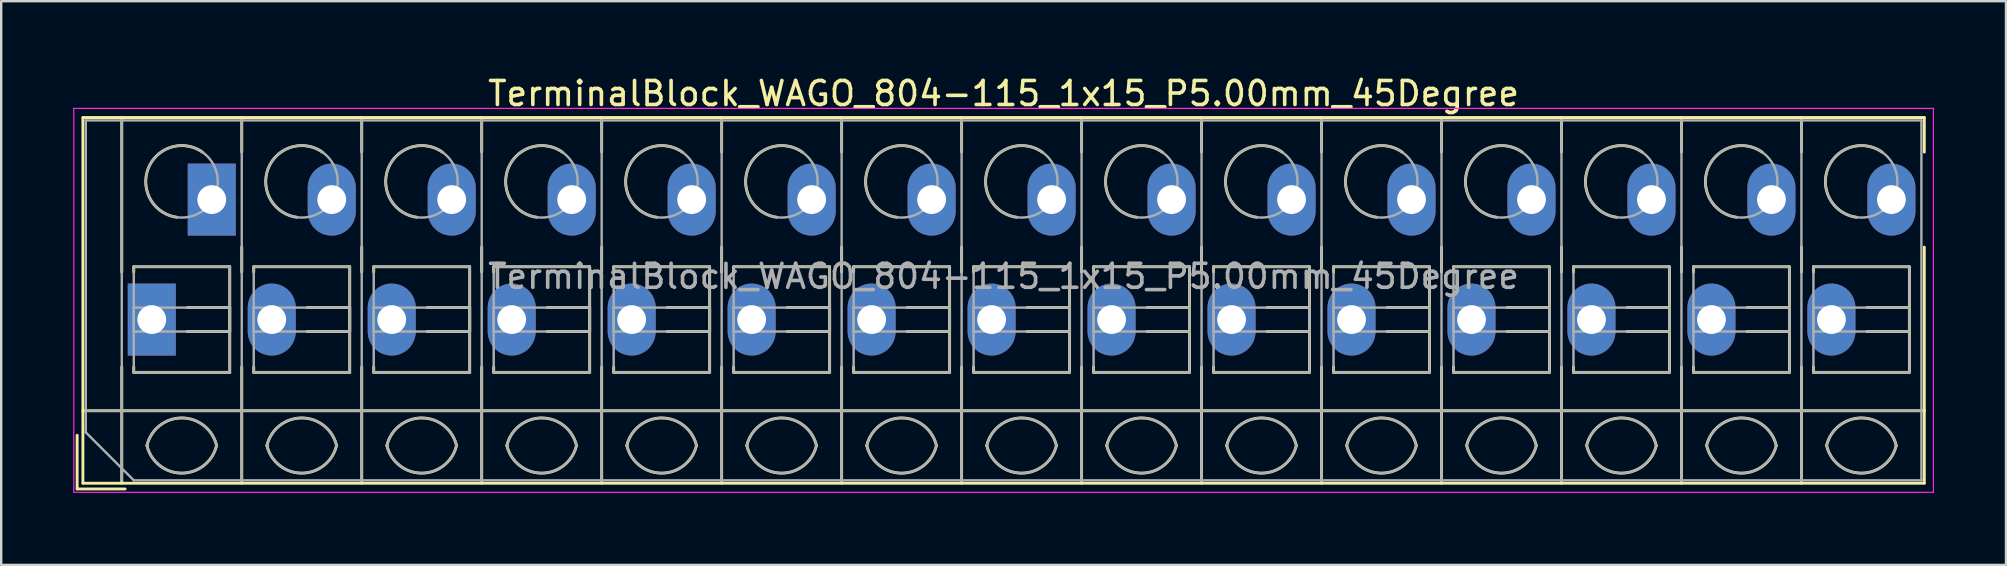
<source format=kicad_pcb>
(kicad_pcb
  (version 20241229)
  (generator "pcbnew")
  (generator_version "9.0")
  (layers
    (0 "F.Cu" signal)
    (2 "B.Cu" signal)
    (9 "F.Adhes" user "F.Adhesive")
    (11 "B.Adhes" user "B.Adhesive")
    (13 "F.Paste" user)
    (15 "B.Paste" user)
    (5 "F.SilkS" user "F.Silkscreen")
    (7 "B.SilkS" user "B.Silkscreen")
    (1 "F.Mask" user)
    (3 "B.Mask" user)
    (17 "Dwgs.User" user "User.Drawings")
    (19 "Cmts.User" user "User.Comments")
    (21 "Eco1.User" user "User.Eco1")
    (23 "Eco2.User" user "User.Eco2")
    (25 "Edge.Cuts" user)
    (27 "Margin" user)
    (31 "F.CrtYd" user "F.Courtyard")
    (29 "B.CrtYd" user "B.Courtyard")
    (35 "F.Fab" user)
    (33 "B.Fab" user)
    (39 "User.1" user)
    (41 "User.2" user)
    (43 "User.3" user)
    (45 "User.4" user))
  (footprint "TerminalBlock_WAGO_804-115_1x15_P5.00mm_45Degree"
    (layer "F.Cu")
    (at 3.275 10.268)
    (property "Reference" "TerminalBlock_WAGO_804-115_1x15_P5.00mm_45Degree" (at 35.5 -9.42 0) (layer "F.SilkS") (effects (font (size 1 1) (thickness 0.15))))
    (attr through_hole)
    (fp_line (start -3.11 4.82) (end -3.11 7.06) (stroke (width 0.12) (type solid)) (layer "F.SilkS"))
    (fp_line (start -3.11 7.06) (end -1.11 7.06) (stroke (width 0.12) (type solid)) (layer "F.SilkS"))
    (fp_line (start -2.87 -8.42) (end -2.87 6.82) (stroke (width 0.12) (type solid)) (layer "F.SilkS"))
    (fp_line (start -2.87 -8.42) (end 73.87 -8.42) (stroke (width 0.12) (type solid)) (layer "F.SilkS"))
    (fp_line (start -2.87 3.8) (end 73.87 3.8) (stroke (width 0.12) (type solid)) (layer "F.SilkS"))
    (fp_line (start -2.87 6.82) (end 73.87 6.82) (stroke (width 0.12) (type solid)) (layer "F.SilkS"))
    (fp_line (start -1.25 -8.42) (end -1.25 -1.98) (stroke (width 0.12) (type solid)) (layer "F.SilkS"))
    (fp_line (start -1.25 1.98) (end -1.25 6.82) (stroke (width 0.12) (type solid)) (layer "F.SilkS"))
    (fp_line (start -0.75 -2.2) (end -0.75 -1.98) (stroke (width 0.12) (type solid)) (layer "F.SilkS"))
    (fp_line (start -0.75 -2.2) (end 3.25 -2.2) (stroke (width 0.12) (type solid)) (layer "F.SilkS"))
    (fp_line (start -0.75 1.98) (end -0.75 2.2) (stroke (width 0.12) (type solid)) (layer "F.SilkS"))
    (fp_line (start -0.75 2.2) (end 3.25 2.2) (stroke (width 0.12) (type solid)) (layer "F.SilkS"))
    (fp_line (start 1.48 -0.5) (end 3.25 -0.5) (stroke (width 0.12) (type solid)) (layer "F.SilkS"))
    (fp_line (start 1.48 0.5) (end 3.25 0.5) (stroke (width 0.12) (type solid)) (layer "F.SilkS"))
    (fp_line (start 3.25 -2.2) (end 3.25 2.2) (stroke (width 0.12) (type solid)) (layer "F.SilkS"))
    (fp_line (start 3.25 -0.5) (end 3.25 0.5) (stroke (width 0.12) (type solid)) (layer "F.SilkS"))
    (fp_line (start 3.75 -8.42) (end 3.75 -6.98) (stroke (width 0.12) (type solid)) (layer "F.SilkS"))
    (fp_line (start 3.75 -3.02) (end 3.75 -1.98) (stroke (width 0.12) (type solid)) (layer "F.SilkS"))
    (fp_line (start 3.75 1.98) (end 3.75 6.82) (stroke (width 0.12) (type solid)) (layer "F.SilkS"))
    (fp_line (start 4.25 -2.2) (end 4.25 -1.98) (stroke (width 0.12) (type solid)) (layer "F.SilkS"))
    (fp_line (start 4.25 -2.2) (end 8.25 -2.2) (stroke (width 0.12) (type solid)) (layer "F.SilkS"))
    (fp_line (start 4.25 1.98) (end 4.25 2.2) (stroke (width 0.12) (type solid)) (layer "F.SilkS"))
    (fp_line (start 4.25 2.2) (end 8.25 2.2) (stroke (width 0.12) (type solid)) (layer "F.SilkS"))
    (fp_line (start 6.48 -0.5) (end 8.25 -0.5) (stroke (width 0.12) (type solid)) (layer "F.SilkS"))
    (fp_line (start 6.48 0.5) (end 8.25 0.5) (stroke (width 0.12) (type solid)) (layer "F.SilkS"))
    (fp_line (start 8.25 -2.2) (end 8.25 2.2) (stroke (width 0.12) (type solid)) (layer "F.SilkS"))
    (fp_line (start 8.25 -0.5) (end 8.25 0.5) (stroke (width 0.12) (type solid)) (layer "F.SilkS"))
    (fp_line (start 8.75 -8.42) (end 8.75 -6.98) (stroke (width 0.12) (type solid)) (layer "F.SilkS"))
    (fp_line (start 8.75 -3.02) (end 8.75 -1.98) (stroke (width 0.12) (type solid)) (layer "F.SilkS"))
    (fp_line (start 8.75 1.98) (end 8.75 6.82) (stroke (width 0.12) (type solid)) (layer "F.SilkS"))
    (fp_line (start 9.25 -2.2) (end 9.25 -1.98) (stroke (width 0.12) (type solid)) (layer "F.SilkS"))
    (fp_line (start 9.25 -2.2) (end 13.25 -2.2) (stroke (width 0.12) (type solid)) (layer "F.SilkS"))
    (fp_line (start 9.25 1.98) (end 9.25 2.2) (stroke (width 0.12) (type solid)) (layer "F.SilkS"))
    (fp_line (start 9.25 2.2) (end 13.25 2.2) (stroke (width 0.12) (type solid)) (layer "F.SilkS"))
    (fp_line (start 11.48 -0.5) (end 13.25 -0.5) (stroke (width 0.12) (type solid)) (layer "F.SilkS"))
    (fp_line (start 11.48 0.5) (end 13.25 0.5) (stroke (width 0.12) (type solid)) (layer "F.SilkS"))
    (fp_line (start 13.25 -2.2) (end 13.25 2.2) (stroke (width 0.12) (type solid)) (layer "F.SilkS"))
    (fp_line (start 13.25 -0.5) (end 13.25 0.5) (stroke (width 0.12) (type solid)) (layer "F.SilkS"))
    (fp_line (start 13.75 -8.42) (end 13.75 -6.98) (stroke (width 0.12) (type solid)) (layer "F.SilkS"))
    (fp_line (start 13.75 -3.02) (end 13.75 -1.98) (stroke (width 0.12) (type solid)) (layer "F.SilkS"))
    (fp_line (start 13.75 1.98) (end 13.75 6.82) (stroke (width 0.12) (type solid)) (layer "F.SilkS"))
    (fp_line (start 14.25 -2.2) (end 14.25 -1.98) (stroke (width 0.12) (type solid)) (layer "F.SilkS"))
    (fp_line (start 14.25 -2.2) (end 18.25 -2.2) (stroke (width 0.12) (type solid)) (layer "F.SilkS"))
    (fp_line (start 14.25 1.98) (end 14.25 2.2) (stroke (width 0.12) (type solid)) (layer "F.SilkS"))
    (fp_line (start 14.25 2.2) (end 18.25 2.2) (stroke (width 0.12) (type solid)) (layer "F.SilkS"))
    (fp_line (start 16.48 -0.5) (end 18.25 -0.5) (stroke (width 0.12) (type solid)) (layer "F.SilkS"))
    (fp_line (start 16.48 0.5) (end 18.25 0.5) (stroke (width 0.12) (type solid)) (layer "F.SilkS"))
    (fp_line (start 18.25 -2.2) (end 18.25 2.2) (stroke (width 0.12) (type solid)) (layer "F.SilkS"))
    (fp_line (start 18.25 -0.5) (end 18.25 0.5) (stroke (width 0.12) (type solid)) (layer "F.SilkS"))
    (fp_line (start 18.75 -8.42) (end 18.75 -6.98) (stroke (width 0.12) (type solid)) (layer "F.SilkS"))
    (fp_line (start 18.75 -3.02) (end 18.75 -1.98) (stroke (width 0.12) (type solid)) (layer "F.SilkS"))
    (fp_line (start 18.75 1.98) (end 18.75 6.82) (stroke (width 0.12) (type solid)) (layer "F.SilkS"))
    (fp_line (start 19.25 -2.2) (end 19.25 -1.98) (stroke (width 0.12) (type solid)) (layer "F.SilkS"))
    (fp_line (start 19.25 -2.2) (end 23.25 -2.2) (stroke (width 0.12) (type solid)) (layer "F.SilkS"))
    (fp_line (start 19.25 1.98) (end 19.25 2.2) (stroke (width 0.12) (type solid)) (layer "F.SilkS"))
    (fp_line (start 19.25 2.2) (end 23.25 2.2) (stroke (width 0.12) (type solid)) (layer "F.SilkS"))
    (fp_line (start 21.48 -0.5) (end 23.25 -0.5) (stroke (width 0.12) (type solid)) (layer "F.SilkS"))
    (fp_line (start 21.48 0.5) (end 23.25 0.5) (stroke (width 0.12) (type solid)) (layer "F.SilkS"))
    (fp_line (start 23.25 -2.2) (end 23.25 2.2) (stroke (width 0.12) (type solid)) (layer "F.SilkS"))
    (fp_line (start 23.25 -0.5) (end 23.25 0.5) (stroke (width 0.12) (type solid)) (layer "F.SilkS"))
    (fp_line (start 23.75 -8.42) (end 23.75 -6.98) (stroke (width 0.12) (type solid)) (layer "F.SilkS"))
    (fp_line (start 23.75 -3.02) (end 23.75 -1.98) (stroke (width 0.12) (type solid)) (layer "F.SilkS"))
    (fp_line (start 23.75 1.98) (end 23.75 6.82) (stroke (width 0.12) (type solid)) (layer "F.SilkS"))
    (fp_line (start 24.25 -2.2) (end 24.25 -1.98) (stroke (width 0.12) (type solid)) (layer "F.SilkS"))
    (fp_line (start 24.25 -2.2) (end 28.25 -2.2) (stroke (width 0.12) (type solid)) (layer "F.SilkS"))
    (fp_line (start 24.25 1.98) (end 24.25 2.2) (stroke (width 0.12) (type solid)) (layer "F.SilkS"))
    (fp_line (start 24.25 2.2) (end 28.25 2.2) (stroke (width 0.12) (type solid)) (layer "F.SilkS"))
    (fp_line (start 26.48 -0.5) (end 28.25 -0.5) (stroke (width 0.12) (type solid)) (layer "F.SilkS"))
    (fp_line (start 26.48 0.5) (end 28.25 0.5) (stroke (width 0.12) (type solid)) (layer "F.SilkS"))
    (fp_line (start 28.25 -2.2) (end 28.25 2.2) (stroke (width 0.12) (type solid)) (layer "F.SilkS"))
    (fp_line (start 28.25 -0.5) (end 28.25 0.5) (stroke (width 0.12) (type solid)) (layer "F.SilkS"))
    (fp_line (start 28.75 -8.42) (end 28.75 -6.98) (stroke (width 0.12) (type solid)) (layer "F.SilkS"))
    (fp_line (start 28.75 -3.02) (end 28.75 -1.98) (stroke (width 0.12) (type solid)) (layer "F.SilkS"))
    (fp_line (start 28.75 1.98) (end 28.75 6.82) (stroke (width 0.12) (type solid)) (layer "F.SilkS"))
    (fp_line (start 29.25 -2.2) (end 29.25 -1.98) (stroke (width 0.12) (type solid)) (layer "F.SilkS"))
    (fp_line (start 29.25 -2.2) (end 33.25 -2.2) (stroke (width 0.12) (type solid)) (layer "F.SilkS"))
    (fp_line (start 29.25 1.98) (end 29.25 2.2) (stroke (width 0.12) (type solid)) (layer "F.SilkS"))
    (fp_line (start 29.25 2.2) (end 33.25 2.2) (stroke (width 0.12) (type solid)) (layer "F.SilkS"))
    (fp_line (start 31.48 -0.5) (end 33.25 -0.5) (stroke (width 0.12) (type solid)) (layer "F.SilkS"))
    (fp_line (start 31.48 0.5) (end 33.25 0.5) (stroke (width 0.12) (type solid)) (layer "F.SilkS"))
    (fp_line (start 33.25 -2.2) (end 33.25 2.2) (stroke (width 0.12) (type solid)) (layer "F.SilkS"))
    (fp_line (start 33.25 -0.5) (end 33.25 0.5) (stroke (width 0.12) (type solid)) (layer "F.SilkS"))
    (fp_line (start 33.75 -8.42) (end 33.75 -6.98) (stroke (width 0.12) (type solid)) (layer "F.SilkS"))
    (fp_line (start 33.75 -3.02) (end 33.75 -1.98) (stroke (width 0.12) (type solid)) (layer "F.SilkS"))
    (fp_line (start 33.75 1.98) (end 33.75 6.82) (stroke (width 0.12) (type solid)) (layer "F.SilkS"))
    (fp_line (start 34.25 -2.2) (end 34.25 -1.98) (stroke (width 0.12) (type solid)) (layer "F.SilkS"))
    (fp_line (start 34.25 -2.2) (end 38.25 -2.2) (stroke (width 0.12) (type solid)) (layer "F.SilkS"))
    (fp_line (start 34.25 1.98) (end 34.25 2.2) (stroke (width 0.12) (type solid)) (layer "F.SilkS"))
    (fp_line (start 34.25 2.2) (end 38.25 2.2) (stroke (width 0.12) (type solid)) (layer "F.SilkS"))
    (fp_line (start 36.48 -0.5) (end 38.25 -0.5) (stroke (width 0.12) (type solid)) (layer "F.SilkS"))
    (fp_line (start 36.48 0.5) (end 38.25 0.5) (stroke (width 0.12) (type solid)) (layer "F.SilkS"))
    (fp_line (start 38.25 -2.2) (end 38.25 2.2) (stroke (width 0.12) (type solid)) (layer "F.SilkS"))
    (fp_line (start 38.25 -0.5) (end 38.25 0.5) (stroke (width 0.12) (type solid)) (layer "F.SilkS"))
    (fp_line (start 38.75 -8.42) (end 38.75 -6.98) (stroke (width 0.12) (type solid)) (layer "F.SilkS"))
    (fp_line (start 38.75 -3.02) (end 38.75 -1.98) (stroke (width 0.12) (type solid)) (layer "F.SilkS"))
    (fp_line (start 38.75 1.98) (end 38.75 6.82) (stroke (width 0.12) (type solid)) (layer "F.SilkS"))
    (fp_line (start 39.25 -2.2) (end 39.25 -1.98) (stroke (width 0.12) (type solid)) (layer "F.SilkS"))
    (fp_line (start 39.25 -2.2) (end 43.25 -2.2) (stroke (width 0.12) (type solid)) (layer "F.SilkS"))
    (fp_line (start 39.25 1.98) (end 39.25 2.2) (stroke (width 0.12) (type solid)) (layer "F.SilkS"))
    (fp_line (start 39.25 2.2) (end 43.25 2.2) (stroke (width 0.12) (type solid)) (layer "F.SilkS"))
    (fp_line (start 41.48 -0.5) (end 43.25 -0.5) (stroke (width 0.12) (type solid)) (layer "F.SilkS"))
    (fp_line (start 41.48 0.5) (end 43.25 0.5) (stroke (width 0.12) (type solid)) (layer "F.SilkS"))
    (fp_line (start 43.25 -2.2) (end 43.25 2.2) (stroke (width 0.12) (type solid)) (layer "F.SilkS"))
    (fp_line (start 43.25 -0.5) (end 43.25 0.5) (stroke (width 0.12) (type solid)) (layer "F.SilkS"))
    (fp_line (start 43.75 -8.42) (end 43.75 -6.98) (stroke (width 0.12) (type solid)) (layer "F.SilkS"))
    (fp_line (start 43.75 -3.02) (end 43.75 -1.98) (stroke (width 0.12) (type solid)) (layer "F.SilkS"))
    (fp_line (start 43.75 1.98) (end 43.75 6.82) (stroke (width 0.12) (type solid)) (layer "F.SilkS"))
    (fp_line (start 44.25 -2.2) (end 44.25 -1.98) (stroke (width 0.12) (type solid)) (layer "F.SilkS"))
    (fp_line (start 44.25 -2.2) (end 48.25 -2.2) (stroke (width 0.12) (type solid)) (layer "F.SilkS"))
    (fp_line (start 44.25 1.98) (end 44.25 2.2) (stroke (width 0.12) (type solid)) (layer "F.SilkS"))
    (fp_line (start 44.25 2.2) (end 48.25 2.2) (stroke (width 0.12) (type solid)) (layer "F.SilkS"))
    (fp_line (start 46.48 -0.5) (end 48.25 -0.5) (stroke (width 0.12) (type solid)) (layer "F.SilkS"))
    (fp_line (start 46.48 0.5) (end 48.25 0.5) (stroke (width 0.12) (type solid)) (layer "F.SilkS"))
    (fp_line (start 48.25 -2.2) (end 48.25 2.2) (stroke (width 0.12) (type solid)) (layer "F.SilkS"))
    (fp_line (start 48.25 -0.5) (end 48.25 0.5) (stroke (width 0.12) (type solid)) (layer "F.SilkS"))
    (fp_line (start 48.75 -8.42) (end 48.75 -6.98) (stroke (width 0.12) (type solid)) (layer "F.SilkS"))
    (fp_line (start 48.75 -3.02) (end 48.75 -1.98) (stroke (width 0.12) (type solid)) (layer "F.SilkS"))
    (fp_line (start 48.75 1.98) (end 48.75 6.82) (stroke (width 0.12) (type solid)) (layer "F.SilkS"))
    (fp_line (start 49.25 -2.2) (end 49.25 -1.98) (stroke (width 0.12) (type solid)) (layer "F.SilkS"))
    (fp_line (start 49.25 -2.2) (end 53.25 -2.2) (stroke (width 0.12) (type solid)) (layer "F.SilkS"))
    (fp_line (start 49.25 1.98) (end 49.25 2.2) (stroke (width 0.12) (type solid)) (layer "F.SilkS"))
    (fp_line (start 49.25 2.2) (end 53.25 2.2) (stroke (width 0.12) (type solid)) (layer "F.SilkS"))
    (fp_line (start 51.48 -0.5) (end 53.25 -0.5) (stroke (width 0.12) (type solid)) (layer "F.SilkS"))
    (fp_line (start 51.48 0.5) (end 53.25 0.5) (stroke (width 0.12) (type solid)) (layer "F.SilkS"))
    (fp_line (start 53.25 -2.2) (end 53.25 2.2) (stroke (width 0.12) (type solid)) (layer "F.SilkS"))
    (fp_line (start 53.25 -0.5) (end 53.25 0.5) (stroke (width 0.12) (type solid)) (layer "F.SilkS"))
    (fp_line (start 53.75 -8.42) (end 53.75 -6.98) (stroke (width 0.12) (type solid)) (layer "F.SilkS"))
    (fp_line (start 53.75 -3.02) (end 53.75 -1.98) (stroke (width 0.12) (type solid)) (layer "F.SilkS"))
    (fp_line (start 53.75 1.98) (end 53.75 6.82) (stroke (width 0.12) (type solid)) (layer "F.SilkS"))
    (fp_line (start 54.25 -2.2) (end 54.25 -1.98) (stroke (width 0.12) (type solid)) (layer "F.SilkS"))
    (fp_line (start 54.25 -2.2) (end 58.25 -2.2) (stroke (width 0.12) (type solid)) (layer "F.SilkS"))
    (fp_line (start 54.25 1.98) (end 54.25 2.2) (stroke (width 0.12) (type solid)) (layer "F.SilkS"))
    (fp_line (start 54.25 2.2) (end 58.25 2.2) (stroke (width 0.12) (type solid)) (layer "F.SilkS"))
    (fp_line (start 56.48 -0.5) (end 58.25 -0.5) (stroke (width 0.12) (type solid)) (layer "F.SilkS"))
    (fp_line (start 56.48 0.5) (end 58.25 0.5) (stroke (width 0.12) (type solid)) (layer "F.SilkS"))
    (fp_line (start 58.25 -2.2) (end 58.25 2.2) (stroke (width 0.12) (type solid)) (layer "F.SilkS"))
    (fp_line (start 58.25 -0.5) (end 58.25 0.5) (stroke (width 0.12) (type solid)) (layer "F.SilkS"))
    (fp_line (start 58.75 -8.42) (end 58.75 -6.98) (stroke (width 0.12) (type solid)) (layer "F.SilkS"))
    (fp_line (start 58.75 -3.02) (end 58.75 -1.98) (stroke (width 0.12) (type solid)) (layer "F.SilkS"))
    (fp_line (start 58.75 1.98) (end 58.75 6.82) (stroke (width 0.12) (type solid)) (layer "F.SilkS"))
    (fp_line (start 59.25 -2.2) (end 59.25 -1.98) (stroke (width 0.12) (type solid)) (layer "F.SilkS"))
    (fp_line (start 59.25 -2.2) (end 63.25 -2.2) (stroke (width 0.12) (type solid)) (layer "F.SilkS"))
    (fp_line (start 59.25 1.98) (end 59.25 2.2) (stroke (width 0.12) (type solid)) (layer "F.SilkS"))
    (fp_line (start 59.25 2.2) (end 63.25 2.2) (stroke (width 0.12) (type solid)) (layer "F.SilkS"))
    (fp_line (start 61.48 -0.5) (end 63.25 -0.5) (stroke (width 0.12) (type solid)) (layer "F.SilkS"))
    (fp_line (start 61.48 0.5) (end 63.25 0.5) (stroke (width 0.12) (type solid)) (layer "F.SilkS"))
    (fp_line (start 63.25 -2.2) (end 63.25 2.2) (stroke (width 0.12) (type solid)) (layer "F.SilkS"))
    (fp_line (start 63.25 -0.5) (end 63.25 0.5) (stroke (width 0.12) (type solid)) (layer "F.SilkS"))
    (fp_line (start 63.75 -8.42) (end 63.75 -6.98) (stroke (width 0.12) (type solid)) (layer "F.SilkS"))
    (fp_line (start 63.75 -3.02) (end 63.75 -1.98) (stroke (width 0.12) (type solid)) (layer "F.SilkS"))
    (fp_line (start 63.75 1.98) (end 63.75 6.82) (stroke (width 0.12) (type solid)) (layer "F.SilkS"))
    (fp_line (start 64.25 -2.2) (end 64.25 -1.98) (stroke (width 0.12) (type solid)) (layer "F.SilkS"))
    (fp_line (start 64.25 -2.2) (end 68.25 -2.2) (stroke (width 0.12) (type solid)) (layer "F.SilkS"))
    (fp_line (start 64.25 1.98) (end 64.25 2.2) (stroke (width 0.12) (type solid)) (layer "F.SilkS"))
    (fp_line (start 64.25 2.2) (end 68.25 2.2) (stroke (width 0.12) (type solid)) (layer "F.SilkS"))
    (fp_line (start 66.48 -0.5) (end 68.25 -0.5) (stroke (width 0.12) (type solid)) (layer "F.SilkS"))
    (fp_line (start 66.48 0.5) (end 68.25 0.5) (stroke (width 0.12) (type solid)) (layer "F.SilkS"))
    (fp_line (start 68.25 -2.2) (end 68.25 2.2) (stroke (width 0.12) (type solid)) (layer "F.SilkS"))
    (fp_line (start 68.25 -0.5) (end 68.25 0.5) (stroke (width 0.12) (type solid)) (layer "F.SilkS"))
    (fp_line (start 68.75 -8.42) (end 68.75 -6.98) (stroke (width 0.12) (type solid)) (layer "F.SilkS"))
    (fp_line (start 68.75 -3.02) (end 68.75 -1.98) (stroke (width 0.12) (type solid)) (layer "F.SilkS"))
    (fp_line (start 68.75 1.98) (end 68.75 6.82) (stroke (width 0.12) (type solid)) (layer "F.SilkS"))
    (fp_line (start 69.25 -2.2) (end 69.25 -1.98) (stroke (width 0.12) (type solid)) (layer "F.SilkS"))
    (fp_line (start 69.25 -2.2) (end 73.25 -2.2) (stroke (width 0.12) (type solid)) (layer "F.SilkS"))
    (fp_line (start 69.25 1.98) (end 69.25 2.2) (stroke (width 0.12) (type solid)) (layer "F.SilkS"))
    (fp_line (start 69.25 2.2) (end 73.25 2.2) (stroke (width 0.12) (type solid)) (layer "F.SilkS"))
    (fp_line (start 71.48 -0.5) (end 73.25 -0.5) (stroke (width 0.12) (type solid)) (layer "F.SilkS"))
    (fp_line (start 71.48 0.5) (end 73.25 0.5) (stroke (width 0.12) (type solid)) (layer "F.SilkS"))
    (fp_line (start 73.25 -2.2) (end 73.25 2.2) (stroke (width 0.12) (type solid)) (layer "F.SilkS"))
    (fp_line (start 73.25 -0.5) (end 73.25 0.5) (stroke (width 0.12) (type solid)) (layer "F.SilkS"))
    (fp_line (start 73.87 -8.42) (end 73.87 -6.98) (stroke (width 0.12) (type solid)) (layer "F.SilkS"))
    (fp_line (start 73.87 -3.02) (end 73.87 6.82) (stroke (width 0.12) (type solid)) (layer "F.SilkS"))
    (fp_arc (start -0.200865 5.250424) (mid 1.250296 4.099926) (end 2.701 5.251) (stroke (width 0.12) (type solid)) (layer "F.SilkS"))
    (fp_arc (start 1.040798 -4.264067) (mid -0.146039 -6.300306) (end 2.111 -6.979) (stroke (width 0.12) (type solid)) (layer "F.SilkS"))
    (fp_arc (start 2.7 5.25) (mid 1.250068 6.400101) (end -0.199969 5.250133) (stroke (width 0.12) (type solid)) (layer "F.SilkS"))
    (fp_arc (start 4.799135 5.250424) (mid 6.250296 4.099926) (end 7.701 5.251) (stroke (width 0.12) (type solid)) (layer "F.SilkS"))
    (fp_arc (start 6.040798 -4.264067) (mid 4.853961 -6.300306) (end 7.111 -6.979) (stroke (width 0.12) (type solid)) (layer "F.SilkS"))
    (fp_arc (start 7.7 5.25) (mid 6.250068 6.400101) (end 4.800031 5.250133) (stroke (width 0.12) (type solid)) (layer "F.SilkS"))
    (fp_arc (start 9.799135 5.250424) (mid 11.250296 4.099926) (end 12.701 5.251) (stroke (width 0.12) (type solid)) (layer "F.SilkS"))
    (fp_arc (start 11.040798 -4.264067) (mid 9.853961 -6.300306) (end 12.111 -6.979) (stroke (width 0.12) (type solid)) (layer "F.SilkS"))
    (fp_arc (start 12.7 5.25) (mid 11.250068 6.400101) (end 9.800031 5.250133) (stroke (width 0.12) (type solid)) (layer "F.SilkS"))
    (fp_arc (start 14.799135 5.250424) (mid 16.250296 4.099926) (end 17.701 5.251) (stroke (width 0.12) (type solid)) (layer "F.SilkS"))
    (fp_arc (start 16.040798 -4.264067) (mid 14.853961 -6.300306) (end 17.111 -6.979) (stroke (width 0.12) (type solid)) (layer "F.SilkS"))
    (fp_arc (start 17.7 5.25) (mid 16.250068 6.400101) (end 14.800031 5.250133) (stroke (width 0.12) (type solid)) (layer "F.SilkS"))
    (fp_arc (start 19.799135 5.250424) (mid 21.250296 4.099926) (end 22.701 5.251) (stroke (width 0.12) (type solid)) (layer "F.SilkS"))
    (fp_arc (start 21.040798 -4.264067) (mid 19.853961 -6.300306) (end 22.111 -6.979) (stroke (width 0.12) (type solid)) (layer "F.SilkS"))
    (fp_arc (start 22.7 5.25) (mid 21.250068 6.400101) (end 19.800031 5.250133) (stroke (width 0.12) (type solid)) (layer "F.SilkS"))
    (fp_arc (start 24.799135 5.250424) (mid 26.250296 4.099926) (end 27.701 5.251) (stroke (width 0.12) (type solid)) (layer "F.SilkS"))
    (fp_arc (start 26.040798 -4.264067) (mid 24.853961 -6.300306) (end 27.111 -6.979) (stroke (width 0.12) (type solid)) (layer "F.SilkS"))
    (fp_arc (start 27.7 5.25) (mid 26.250068 6.400101) (end 24.800031 5.250133) (stroke (width 0.12) (type solid)) (layer "F.SilkS"))
    (fp_arc (start 29.799135 5.250424) (mid 31.250296 4.099926) (end 32.701 5.251) (stroke (width 0.12) (type solid)) (layer "F.SilkS"))
    (fp_arc (start 31.040798 -4.264067) (mid 29.853961 -6.300306) (end 32.111 -6.979) (stroke (width 0.12) (type solid)) (layer "F.SilkS"))
    (fp_arc (start 32.701 5.25) (mid 31.250296 6.401074) (end 29.799135 5.250576) (stroke (width 0.12) (type solid)) (layer "F.SilkS"))
    (fp_arc (start 34.799135 5.250424) (mid 36.250296 4.099926) (end 37.701 5.251) (stroke (width 0.12) (type solid)) (layer "F.SilkS"))
    (fp_arc (start 36.040798 -4.264067) (mid 34.853961 -6.300306) (end 37.111 -6.979) (stroke (width 0.12) (type solid)) (layer "F.SilkS"))
    (fp_arc (start 37.7 5.25) (mid 36.250068 6.400101) (end 34.800031 5.250133) (stroke (width 0.12) (type solid)) (layer "F.SilkS"))
    (fp_arc (start 39.799135 5.250424) (mid 41.250296 4.099926) (end 42.701 5.251) (stroke (width 0.12) (type solid)) (layer "F.SilkS"))
    (fp_arc (start 41.040798 -4.264067) (mid 39.853961 -6.300306) (end 42.111 -6.979) (stroke (width 0.12) (type solid)) (layer "F.SilkS"))
    (fp_arc (start 42.7 5.25) (mid 41.250068 6.400101) (end 39.800031 5.250133) (stroke (width 0.12) (type solid)) (layer "F.SilkS"))
    (fp_arc (start 44.799135 5.250424) (mid 46.250296 4.099926) (end 47.701 5.251) (stroke (width 0.12) (type solid)) (layer "F.SilkS"))
    (fp_arc (start 46.040798 -4.264067) (mid 44.853961 -6.300306) (end 47.111 -6.979) (stroke (width 0.12) (type solid)) (layer "F.SilkS"))
    (fp_arc (start 47.7 5.25) (mid 46.250068 6.400101) (end 44.800031 5.250133) (stroke (width 0.12) (type solid)) (layer "F.SilkS"))
    (fp_arc (start 49.799135 5.250424) (mid 51.250296 4.099926) (end 52.701 5.251) (stroke (width 0.12) (type solid)) (layer "F.SilkS"))
    (fp_arc (start 51.040798 -4.264067) (mid 49.853961 -6.300306) (end 52.111 -6.979) (stroke (width 0.12) (type solid)) (layer "F.SilkS"))
    (fp_arc (start 52.7 5.25) (mid 51.250068 6.400101) (end 49.800031 5.250133) (stroke (width 0.12) (type solid)) (layer "F.SilkS"))
    (fp_arc (start 54.799135 5.250424) (mid 56.250296 4.099926) (end 57.701 5.251) (stroke (width 0.12) (type solid)) (layer "F.SilkS"))
    (fp_arc (start 56.040798 -4.264067) (mid 54.853961 -6.300306) (end 57.111 -6.979) (stroke (width 0.12) (type solid)) (layer "F.SilkS"))
    (fp_arc (start 57.7 5.25) (mid 56.250068 6.400101) (end 54.800031 5.250133) (stroke (width 0.12) (type solid)) (layer "F.SilkS"))
    (fp_arc (start 59.799135 5.250424) (mid 61.250296 4.099926) (end 62.701 5.251) (stroke (width 0.12) (type solid)) (layer "F.SilkS"))
    (fp_arc (start 61.040798 -4.264067) (mid 59.853961 -6.300306) (end 62.111 -6.979) (stroke (width 0.12) (type solid)) (layer "F.SilkS"))
    (fp_arc (start 62.7 5.25) (mid 61.250068 6.400101) (end 59.800031 5.250133) (stroke (width 0.12) (type solid)) (layer "F.SilkS"))
    (fp_arc (start 64.799135 5.250424) (mid 66.250296 4.099926) (end 67.701 5.251) (stroke (width 0.12) (type solid)) (layer "F.SilkS"))
    (fp_arc (start 66.040798 -4.264067) (mid 64.853961 -6.300306) (end 67.111 -6.979) (stroke (width 0.12) (type solid)) (layer "F.SilkS"))
    (fp_arc (start 67.7 5.25) (mid 66.250068 6.400101) (end 64.800031 5.250133) (stroke (width 0.12) (type solid)) (layer "F.SilkS"))
    (fp_arc (start 69.799135 5.250424) (mid 71.250296 4.099926) (end 72.701 5.251) (stroke (width 0.12) (type solid)) (layer "F.SilkS"))
    (fp_arc (start 71.040798 -4.264067) (mid 69.853961 -6.300306) (end 72.111 -6.979) (stroke (width 0.12) (type solid)) (layer "F.SilkS"))
    (fp_arc (start 72.7 5.25) (mid 71.250068 6.400101) (end 69.800031 5.250133) (stroke (width 0.12) (type solid)) (layer "F.SilkS"))
    (fp_line (start -3.25 -8.8) (end -3.25 7.2) (stroke (width 0.05) (type solid)) (layer "F.CrtYd"))
    (fp_line (start -3.25 7.2) (end 74.25 7.2) (stroke (width 0.05) (type solid)) (layer "F.CrtYd"))
    (fp_line (start 74.25 -8.8) (end -3.25 -8.8) (stroke (width 0.05) (type solid)) (layer "F.CrtYd"))
    (fp_line (start 74.25 7.2) (end 74.25 -8.8) (stroke (width 0.05) (type solid)) (layer "F.CrtYd"))
    (fp_line (start -2.75 -8.3) (end 73.75 -8.3) (stroke (width 0.1) (type solid)) (layer "F.Fab"))
    (fp_line (start -2.75 3.8) (end 73.75 3.8) (stroke (width 0.1) (type solid)) (layer "F.Fab"))
    (fp_line (start -2.75 4.7) (end -2.75 -8.3) (stroke (width 0.1) (type solid)) (layer "F.Fab"))
    (fp_line (start -1.25 -8.3) (end -1.25 6.7) (stroke (width 0.1) (type solid)) (layer "F.Fab"))
    (fp_line (start -0.75 -2.2) (end -0.75 2.2) (stroke (width 0.1) (type solid)) (layer "F.Fab"))
    (fp_line (start -0.75 -0.5) (end -0.75 0.5) (stroke (width 0.1) (type solid)) (layer "F.Fab"))
    (fp_line (start -0.75 0.5) (end 3.25 0.5) (stroke (width 0.1) (type solid)) (layer "F.Fab"))
    (fp_line (start -0.75 2.2) (end 3.25 2.2) (stroke (width 0.1) (type solid)) (layer "F.Fab"))
    (fp_line (start -0.75 6.7) (end -2.75 4.7) (stroke (width 0.1) (type solid)) (layer "F.Fab"))
    (fp_line (start 3.25 -2.2) (end -0.75 -2.2) (stroke (width 0.1) (type solid)) (layer "F.Fab"))
    (fp_line (start 3.25 -0.5) (end -0.75 -0.5) (stroke (width 0.1) (type solid)) (layer "F.Fab"))
    (fp_line (start 3.25 0.5) (end 3.25 -0.5) (stroke (width 0.1) (type solid)) (layer "F.Fab"))
    (fp_line (start 3.25 2.2) (end 3.25 -2.2) (stroke (width 0.1) (type solid)) (layer "F.Fab"))
    (fp_line (start 3.75 -8.3) (end 3.75 6.7) (stroke (width 0.1) (type solid)) (layer "F.Fab"))
    (fp_line (start 4.25 -2.2) (end 4.25 2.2) (stroke (width 0.1) (type solid)) (layer "F.Fab"))
    (fp_line (start 4.25 -0.5) (end 4.25 0.5) (stroke (width 0.1) (type solid)) (layer "F.Fab"))
    (fp_line (start 4.25 0.5) (end 8.25 0.5) (stroke (width 0.1) (type solid)) (layer "F.Fab"))
    (fp_line (start 4.25 2.2) (end 8.25 2.2) (stroke (width 0.1) (type solid)) (layer "F.Fab"))
    (fp_line (start 8.25 -2.2) (end 4.25 -2.2) (stroke (width 0.1) (type solid)) (layer "F.Fab"))
    (fp_line (start 8.25 -0.5) (end 4.25 -0.5) (stroke (width 0.1) (type solid)) (layer "F.Fab"))
    (fp_line (start 8.25 0.5) (end 8.25 -0.5) (stroke (width 0.1) (type solid)) (layer "F.Fab"))
    (fp_line (start 8.25 2.2) (end 8.25 -2.2) (stroke (width 0.1) (type solid)) (layer "F.Fab"))
    (fp_line (start 8.75 -8.3) (end 8.75 6.7) (stroke (width 0.1) (type solid)) (layer "F.Fab"))
    (fp_line (start 9.25 -2.2) (end 9.25 2.2) (stroke (width 0.1) (type solid)) (layer "F.Fab"))
    (fp_line (start 9.25 -0.5) (end 9.25 0.5) (stroke (width 0.1) (type solid)) (layer "F.Fab"))
    (fp_line (start 9.25 0.5) (end 13.25 0.5) (stroke (width 0.1) (type solid)) (layer "F.Fab"))
    (fp_line (start 9.25 2.2) (end 13.25 2.2) (stroke (width 0.1) (type solid)) (layer "F.Fab"))
    (fp_line (start 13.25 -2.2) (end 9.25 -2.2) (stroke (width 0.1) (type solid)) (layer "F.Fab"))
    (fp_line (start 13.25 -0.5) (end 9.25 -0.5) (stroke (width 0.1) (type solid)) (layer "F.Fab"))
    (fp_line (start 13.25 0.5) (end 13.25 -0.5) (stroke (width 0.1) (type solid)) (layer "F.Fab"))
    (fp_line (start 13.25 2.2) (end 13.25 -2.2) (stroke (width 0.1) (type solid)) (layer "F.Fab"))
    (fp_line (start 13.75 -8.3) (end 13.75 6.7) (stroke (width 0.1) (type solid)) (layer "F.Fab"))
    (fp_line (start 14.25 -2.2) (end 14.25 2.2) (stroke (width 0.1) (type solid)) (layer "F.Fab"))
    (fp_line (start 14.25 -0.5) (end 14.25 0.5) (stroke (width 0.1) (type solid)) (layer "F.Fab"))
    (fp_line (start 14.25 0.5) (end 18.25 0.5) (stroke (width 0.1) (type solid)) (layer "F.Fab"))
    (fp_line (start 14.25 2.2) (end 18.25 2.2) (stroke (width 0.1) (type solid)) (layer "F.Fab"))
    (fp_line (start 18.25 -2.2) (end 14.25 -2.2) (stroke (width 0.1) (type solid)) (layer "F.Fab"))
    (fp_line (start 18.25 -0.5) (end 14.25 -0.5) (stroke (width 0.1) (type solid)) (layer "F.Fab"))
    (fp_line (start 18.25 0.5) (end 18.25 -0.5) (stroke (width 0.1) (type solid)) (layer "F.Fab"))
    (fp_line (start 18.25 2.2) (end 18.25 -2.2) (stroke (width 0.1) (type solid)) (layer "F.Fab"))
    (fp_line (start 18.75 -8.3) (end 18.75 6.7) (stroke (width 0.1) (type solid)) (layer "F.Fab"))
    (fp_line (start 19.25 -2.2) (end 19.25 2.2) (stroke (width 0.1) (type solid)) (layer "F.Fab"))
    (fp_line (start 19.25 -0.5) (end 19.25 0.5) (stroke (width 0.1) (type solid)) (layer "F.Fab"))
    (fp_line (start 19.25 0.5) (end 23.25 0.5) (stroke (width 0.1) (type solid)) (layer "F.Fab"))
    (fp_line (start 19.25 2.2) (end 23.25 2.2) (stroke (width 0.1) (type solid)) (layer "F.Fab"))
    (fp_line (start 23.25 -2.2) (end 19.25 -2.2) (stroke (width 0.1) (type solid)) (layer "F.Fab"))
    (fp_line (start 23.25 -0.5) (end 19.25 -0.5) (stroke (width 0.1) (type solid)) (layer "F.Fab"))
    (fp_line (start 23.25 0.5) (end 23.25 -0.5) (stroke (width 0.1) (type solid)) (layer "F.Fab"))
    (fp_line (start 23.25 2.2) (end 23.25 -2.2) (stroke (width 0.1) (type solid)) (layer "F.Fab"))
    (fp_line (start 23.75 -8.3) (end 23.75 6.7) (stroke (width 0.1) (type solid)) (layer "F.Fab"))
    (fp_line (start 24.25 -2.2) (end 24.25 2.2) (stroke (width 0.1) (type solid)) (layer "F.Fab"))
    (fp_line (start 24.25 -0.5) (end 24.25 0.5) (stroke (width 0.1) (type solid)) (layer "F.Fab"))
    (fp_line (start 24.25 0.5) (end 28.25 0.5) (stroke (width 0.1) (type solid)) (layer "F.Fab"))
    (fp_line (start 24.25 2.2) (end 28.25 2.2) (stroke (width 0.1) (type solid)) (layer "F.Fab"))
    (fp_line (start 28.25 -2.2) (end 24.25 -2.2) (stroke (width 0.1) (type solid)) (layer "F.Fab"))
    (fp_line (start 28.25 -0.5) (end 24.25 -0.5) (stroke (width 0.1) (type solid)) (layer "F.Fab"))
    (fp_line (start 28.25 0.5) (end 28.25 -0.5) (stroke (width 0.1) (type solid)) (layer "F.Fab"))
    (fp_line (start 28.25 2.2) (end 28.25 -2.2) (stroke (width 0.1) (type solid)) (layer "F.Fab"))
    (fp_line (start 28.75 -8.3) (end 28.75 6.7) (stroke (width 0.1) (type solid)) (layer "F.Fab"))
    (fp_line (start 29.25 -2.2) (end 29.25 2.2) (stroke (width 0.1) (type solid)) (layer "F.Fab"))
    (fp_line (start 29.25 -0.5) (end 29.25 0.5) (stroke (width 0.1) (type solid)) (layer "F.Fab"))
    (fp_line (start 29.25 0.5) (end 33.25 0.5) (stroke (width 0.1) (type solid)) (layer "F.Fab"))
    (fp_line (start 29.25 2.2) (end 33.25 2.2) (stroke (width 0.1) (type solid)) (layer "F.Fab"))
    (fp_line (start 33.25 -2.2) (end 29.25 -2.2) (stroke (width 0.1) (type solid)) (layer "F.Fab"))
    (fp_line (start 33.25 -0.5) (end 29.25 -0.5) (stroke (width 0.1) (type solid)) (layer "F.Fab"))
    (fp_line (start 33.25 0.5) (end 33.25 -0.5) (stroke (width 0.1) (type solid)) (layer "F.Fab"))
    (fp_line (start 33.25 2.2) (end 33.25 -2.2) (stroke (width 0.1) (type solid)) (layer "F.Fab"))
    (fp_line (start 33.75 -8.3) (end 33.75 6.7) (stroke (width 0.1) (type solid)) (layer "F.Fab"))
    (fp_line (start 34.25 -2.2) (end 34.25 2.2) (stroke (width 0.1) (type solid)) (layer "F.Fab"))
    (fp_line (start 34.25 -0.5) (end 34.25 0.5) (stroke (width 0.1) (type solid)) (layer "F.Fab"))
    (fp_line (start 34.25 0.5) (end 38.25 0.5) (stroke (width 0.1) (type solid)) (layer "F.Fab"))
    (fp_line (start 34.25 2.2) (end 38.25 2.2) (stroke (width 0.1) (type solid)) (layer "F.Fab"))
    (fp_line (start 38.25 -2.2) (end 34.25 -2.2) (stroke (width 0.1) (type solid)) (layer "F.Fab"))
    (fp_line (start 38.25 -0.5) (end 34.25 -0.5) (stroke (width 0.1) (type solid)) (layer "F.Fab"))
    (fp_line (start 38.25 0.5) (end 38.25 -0.5) (stroke (width 0.1) (type solid)) (layer "F.Fab"))
    (fp_line (start 38.25 2.2) (end 38.25 -2.2) (stroke (width 0.1) (type solid)) (layer "F.Fab"))
    (fp_line (start 38.75 -8.3) (end 38.75 6.7) (stroke (width 0.1) (type solid)) (layer "F.Fab"))
    (fp_line (start 39.25 -2.2) (end 39.25 2.2) (stroke (width 0.1) (type solid)) (layer "F.Fab"))
    (fp_line (start 39.25 -0.5) (end 39.25 0.5) (stroke (width 0.1) (type solid)) (layer "F.Fab"))
    (fp_line (start 39.25 0.5) (end 43.25 0.5) (stroke (width 0.1) (type solid)) (layer "F.Fab"))
    (fp_line (start 39.25 2.2) (end 43.25 2.2) (stroke (width 0.1) (type solid)) (layer "F.Fab"))
    (fp_line (start 43.25 -2.2) (end 39.25 -2.2) (stroke (width 0.1) (type solid)) (layer "F.Fab"))
    (fp_line (start 43.25 -0.5) (end 39.25 -0.5) (stroke (width 0.1) (type solid)) (layer "F.Fab"))
    (fp_line (start 43.25 0.5) (end 43.25 -0.5) (stroke (width 0.1) (type solid)) (layer "F.Fab"))
    (fp_line (start 43.25 2.2) (end 43.25 -2.2) (stroke (width 0.1) (type solid)) (layer "F.Fab"))
    (fp_line (start 43.75 -8.3) (end 43.75 6.7) (stroke (width 0.1) (type solid)) (layer "F.Fab"))
    (fp_line (start 44.25 -2.2) (end 44.25 2.2) (stroke (width 0.1) (type solid)) (layer "F.Fab"))
    (fp_line (start 44.25 -0.5) (end 44.25 0.5) (stroke (width 0.1) (type solid)) (layer "F.Fab"))
    (fp_line (start 44.25 0.5) (end 48.25 0.5) (stroke (width 0.1) (type solid)) (layer "F.Fab"))
    (fp_line (start 44.25 2.2) (end 48.25 2.2) (stroke (width 0.1) (type solid)) (layer "F.Fab"))
    (fp_line (start 48.25 -2.2) (end 44.25 -2.2) (stroke (width 0.1) (type solid)) (layer "F.Fab"))
    (fp_line (start 48.25 -0.5) (end 44.25 -0.5) (stroke (width 0.1) (type solid)) (layer "F.Fab"))
    (fp_line (start 48.25 0.5) (end 48.25 -0.5) (stroke (width 0.1) (type solid)) (layer "F.Fab"))
    (fp_line (start 48.25 2.2) (end 48.25 -2.2) (stroke (width 0.1) (type solid)) (layer "F.Fab"))
    (fp_line (start 48.75 -8.3) (end 48.75 6.7) (stroke (width 0.1) (type solid)) (layer "F.Fab"))
    (fp_line (start 49.25 -2.2) (end 49.25 2.2) (stroke (width 0.1) (type solid)) (layer "F.Fab"))
    (fp_line (start 49.25 -0.5) (end 49.25 0.5) (stroke (width 0.1) (type solid)) (layer "F.Fab"))
    (fp_line (start 49.25 0.5) (end 53.25 0.5) (stroke (width 0.1) (type solid)) (layer "F.Fab"))
    (fp_line (start 49.25 2.2) (end 53.25 2.2) (stroke (width 0.1) (type solid)) (layer "F.Fab"))
    (fp_line (start 53.25 -2.2) (end 49.25 -2.2) (stroke (width 0.1) (type solid)) (layer "F.Fab"))
    (fp_line (start 53.25 -0.5) (end 49.25 -0.5) (stroke (width 0.1) (type solid)) (layer "F.Fab"))
    (fp_line (start 53.25 0.5) (end 53.25 -0.5) (stroke (width 0.1) (type solid)) (layer "F.Fab"))
    (fp_line (start 53.25 2.2) (end 53.25 -2.2) (stroke (width 0.1) (type solid)) (layer "F.Fab"))
    (fp_line (start 53.75 -8.3) (end 53.75 6.7) (stroke (width 0.1) (type solid)) (layer "F.Fab"))
    (fp_line (start 54.25 -2.2) (end 54.25 2.2) (stroke (width 0.1) (type solid)) (layer "F.Fab"))
    (fp_line (start 54.25 -0.5) (end 54.25 0.5) (stroke (width 0.1) (type solid)) (layer "F.Fab"))
    (fp_line (start 54.25 0.5) (end 58.25 0.5) (stroke (width 0.1) (type solid)) (layer "F.Fab"))
    (fp_line (start 54.25 2.2) (end 58.25 2.2) (stroke (width 0.1) (type solid)) (layer "F.Fab"))
    (fp_line (start 58.25 -2.2) (end 54.25 -2.2) (stroke (width 0.1) (type solid)) (layer "F.Fab"))
    (fp_line (start 58.25 -0.5) (end 54.25 -0.5) (stroke (width 0.1) (type solid)) (layer "F.Fab"))
    (fp_line (start 58.25 0.5) (end 58.25 -0.5) (stroke (width 0.1) (type solid)) (layer "F.Fab"))
    (fp_line (start 58.25 2.2) (end 58.25 -2.2) (stroke (width 0.1) (type solid)) (layer "F.Fab"))
    (fp_line (start 58.75 -8.3) (end 58.75 6.7) (stroke (width 0.1) (type solid)) (layer "F.Fab"))
    (fp_line (start 59.25 -2.2) (end 59.25 2.2) (stroke (width 0.1) (type solid)) (layer "F.Fab"))
    (fp_line (start 59.25 -0.5) (end 59.25 0.5) (stroke (width 0.1) (type solid)) (layer "F.Fab"))
    (fp_line (start 59.25 0.5) (end 63.25 0.5) (stroke (width 0.1) (type solid)) (layer "F.Fab"))
    (fp_line (start 59.25 2.2) (end 63.25 2.2) (stroke (width 0.1) (type solid)) (layer "F.Fab"))
    (fp_line (start 63.25 -2.2) (end 59.25 -2.2) (stroke (width 0.1) (type solid)) (layer "F.Fab"))
    (fp_line (start 63.25 -0.5) (end 59.25 -0.5) (stroke (width 0.1) (type solid)) (layer "F.Fab"))
    (fp_line (start 63.25 0.5) (end 63.25 -0.5) (stroke (width 0.1) (type solid)) (layer "F.Fab"))
    (fp_line (start 63.25 2.2) (end 63.25 -2.2) (stroke (width 0.1) (type solid)) (layer "F.Fab"))
    (fp_line (start 63.75 -8.3) (end 63.75 6.7) (stroke (width 0.1) (type solid)) (layer "F.Fab"))
    (fp_line (start 64.25 -2.2) (end 64.25 2.2) (stroke (width 0.1) (type solid)) (layer "F.Fab"))
    (fp_line (start 64.25 -0.5) (end 64.25 0.5) (stroke (width 0.1) (type solid)) (layer "F.Fab"))
    (fp_line (start 64.25 0.5) (end 68.25 0.5) (stroke (width 0.1) (type solid)) (layer "F.Fab"))
    (fp_line (start 64.25 2.2) (end 68.25 2.2) (stroke (width 0.1) (type solid)) (layer "F.Fab"))
    (fp_line (start 68.25 -2.2) (end 64.25 -2.2) (stroke (width 0.1) (type solid)) (layer "F.Fab"))
    (fp_line (start 68.25 -0.5) (end 64.25 -0.5) (stroke (width 0.1) (type solid)) (layer "F.Fab"))
    (fp_line (start 68.25 0.5) (end 68.25 -0.5) (stroke (width 0.1) (type solid)) (layer "F.Fab"))
    (fp_line (start 68.25 2.2) (end 68.25 -2.2) (stroke (width 0.1) (type solid)) (layer "F.Fab"))
    (fp_line (start 68.75 -8.3) (end 68.75 6.7) (stroke (width 0.1) (type solid)) (layer "F.Fab"))
    (fp_line (start 69.25 -2.2) (end 69.25 2.2) (stroke (width 0.1) (type solid)) (layer "F.Fab"))
    (fp_line (start 69.25 -0.5) (end 69.25 0.5) (stroke (width 0.1) (type solid)) (layer "F.Fab"))
    (fp_line (start 69.25 0.5) (end 73.25 0.5) (stroke (width 0.1) (type solid)) (layer "F.Fab"))
    (fp_line (start 69.25 2.2) (end 73.25 2.2) (stroke (width 0.1) (type solid)) (layer "F.Fab"))
    (fp_line (start 73.25 -2.2) (end 69.25 -2.2) (stroke (width 0.1) (type solid)) (layer "F.Fab"))
    (fp_line (start 73.25 -0.5) (end 69.25 -0.5) (stroke (width 0.1) (type solid)) (layer "F.Fab"))
    (fp_line (start 73.25 0.5) (end 73.25 -0.5) (stroke (width 0.1) (type solid)) (layer "F.Fab"))
    (fp_line (start 73.25 2.2) (end 73.25 -2.2) (stroke (width 0.1) (type solid)) (layer "F.Fab"))
    (fp_line (start 73.75 -8.3) (end 73.75 6.7) (stroke (width 0.1) (type solid)) (layer "F.Fab"))
    (fp_line (start 73.75 6.7) (end -0.75 6.7) (stroke (width 0.1) (type solid)) (layer "F.Fab"))
    (fp_arc (start -0.200865 5.250424) (mid 1.250296 4.099926) (end 2.701 5.251) (stroke (width 0.1) (type solid)) (layer "F.Fab"))
    (fp_arc (start 2.7 5.25) (mid 1.250068 6.400101) (end -0.199969 5.250133) (stroke (width 0.1) (type solid)) (layer "F.Fab"))
    (fp_arc (start 4.799135 5.250424) (mid 6.250296 4.099926) (end 7.701 5.251) (stroke (width 0.1) (type solid)) (layer "F.Fab"))
    (fp_arc (start 7.7 5.25) (mid 6.250068 6.400101) (end 4.800031 5.250133) (stroke (width 0.1) (type solid)) (layer "F.Fab"))
    (fp_arc (start 9.799135 5.250424) (mid 11.250296 4.099926) (end 12.701 5.251) (stroke (width 0.1) (type solid)) (layer "F.Fab"))
    (fp_arc (start 12.7 5.25) (mid 11.250068 6.400101) (end 9.800031 5.250133) (stroke (width 0.1) (type solid)) (layer "F.Fab"))
    (fp_arc (start 14.799135 5.250424) (mid 16.250296 4.099926) (end 17.701 5.251) (stroke (width 0.1) (type solid)) (layer "F.Fab"))
    (fp_arc (start 17.7 5.25) (mid 16.250068 6.400101) (end 14.800031 5.250133) (stroke (width 0.1) (type solid)) (layer "F.Fab"))
    (fp_arc (start 19.799135 5.250424) (mid 21.250296 4.099926) (end 22.701 5.251) (stroke (width 0.1) (type solid)) (layer "F.Fab"))
    (fp_arc (start 22.7 5.25) (mid 21.250068 6.400101) (end 19.800031 5.250133) (stroke (width 0.1) (type solid)) (layer "F.Fab"))
    (fp_arc (start 24.799135 5.250424) (mid 26.250296 4.099926) (end 27.701 5.251) (stroke (width 0.1) (type solid)) (layer "F.Fab"))
    (fp_arc (start 27.7 5.25) (mid 26.250068 6.400101) (end 24.800031 5.250133) (stroke (width 0.1) (type solid)) (layer "F.Fab"))
    (fp_arc (start 29.799135 5.250424) (mid 31.250296 4.099926) (end 32.701 5.251) (stroke (width 0.1) (type solid)) (layer "F.Fab"))
    (fp_arc (start 32.701 5.25) (mid 31.250296 6.401074) (end 29.799135 5.250576) (stroke (width 0.1) (type solid)) (layer "F.Fab"))
    (fp_arc (start 34.799135 5.250424) (mid 36.250296 4.099926) (end 37.701 5.251) (stroke (width 0.1) (type solid)) (layer "F.Fab"))
    (fp_arc (start 37.7 5.25) (mid 36.250068 6.400101) (end 34.800031 5.250133) (stroke (width 0.1) (type solid)) (layer "F.Fab"))
    (fp_arc (start 39.799135 5.250424) (mid 41.250296 4.099926) (end 42.701 5.251) (stroke (width 0.1) (type solid)) (layer "F.Fab"))
    (fp_arc (start 42.7 5.25) (mid 41.250068 6.400101) (end 39.800031 5.250133) (stroke (width 0.1) (type solid)) (layer "F.Fab"))
    (fp_arc (start 44.799135 5.250424) (mid 46.250296 4.099926) (end 47.701 5.251) (stroke (width 0.1) (type solid)) (layer "F.Fab"))
    (fp_arc (start 47.7 5.25) (mid 46.250068 6.400101) (end 44.800031 5.250133) (stroke (width 0.1) (type solid)) (layer "F.Fab"))
    (fp_arc (start 49.799135 5.250424) (mid 51.250296 4.099926) (end 52.701 5.251) (stroke (width 0.1) (type solid)) (layer "F.Fab"))
    (fp_arc (start 52.7 5.25) (mid 51.250068 6.400101) (end 49.800031 5.250133) (stroke (width 0.1) (type solid)) (layer "F.Fab"))
    (fp_arc (start 54.799135 5.250424) (mid 56.250296 4.099926) (end 57.701 5.251) (stroke (width 0.1) (type solid)) (layer "F.Fab"))
    (fp_arc (start 57.7 5.25) (mid 56.250068 6.400101) (end 54.800031 5.250133) (stroke (width 0.1) (type solid)) (layer "F.Fab"))
    (fp_arc (start 59.799135 5.250424) (mid 61.250296 4.099926) (end 62.701 5.251) (stroke (width 0.1) (type solid)) (layer "F.Fab"))
    (fp_arc (start 62.7 5.25) (mid 61.250068 6.400101) (end 59.800031 5.250133) (stroke (width 0.1) (type solid)) (layer "F.Fab"))
    (fp_arc (start 64.799135 5.250424) (mid 66.250296 4.099926) (end 67.701 5.251) (stroke (width 0.1) (type solid)) (layer "F.Fab"))
    (fp_arc (start 67.7 5.25) (mid 66.250068 6.400101) (end 64.800031 5.250133) (stroke (width 0.1) (type solid)) (layer "F.Fab"))
    (fp_arc (start 69.799135 5.250424) (mid 71.250296 4.099926) (end 72.701 5.251) (stroke (width 0.1) (type solid)) (layer "F.Fab"))
    (fp_arc (start 72.7 5.25) (mid 71.250068 6.400101) (end 69.800031 5.250133) (stroke (width 0.1) (type solid)) (layer "F.Fab"))
    (fp_circle (center 1.25 -5.75) (end 2.75 -5.75) (stroke (width 0.1) (type solid)) (fill no) (layer "F.Fab"))
    (fp_circle (center 6.25 -5.75) (end 7.75 -5.75) (stroke (width 0.1) (type solid)) (fill no) (layer "F.Fab"))
    (fp_circle (center 11.25 -5.75) (end 12.75 -5.75) (stroke (width 0.1) (type solid)) (fill no) (layer "F.Fab"))
    (fp_circle (center 16.25 -5.75) (end 17.75 -5.75) (stroke (width 0.1) (type solid)) (fill no) (layer "F.Fab"))
    (fp_circle (center 21.25 -5.75) (end 22.75 -5.75) (stroke (width 0.1) (type solid)) (fill no) (layer "F.Fab"))
    (fp_circle (center 26.25 -5.75) (end 27.75 -5.75) (stroke (width 0.1) (type solid)) (fill no) (layer "F.Fab"))
    (fp_circle (center 31.25 -5.75) (end 32.75 -5.75) (stroke (width 0.1) (type solid)) (fill no) (layer "F.Fab"))
    (fp_circle (center 36.25 -5.75) (end 37.75 -5.75) (stroke (width 0.1) (type solid)) (fill no) (layer "F.Fab"))
    (fp_circle (center 41.25 -5.75) (end 42.75 -5.75) (stroke (width 0.1) (type solid)) (fill no) (layer "F.Fab"))
    (fp_circle (center 46.25 -5.75) (end 47.75 -5.75) (stroke (width 0.1) (type solid)) (fill no) (layer "F.Fab"))
    (fp_circle (center 51.25 -5.75) (end 52.75 -5.75) (stroke (width 0.1) (type solid)) (fill no) (layer "F.Fab"))
    (fp_circle (center 56.25 -5.75) (end 57.75 -5.75) (stroke (width 0.1) (type solid)) (fill no) (layer "F.Fab"))
    (fp_circle (center 61.25 -5.75) (end 62.75 -5.75) (stroke (width 0.1) (type solid)) (fill no) (layer "F.Fab"))
    (fp_circle (center 66.25 -5.75) (end 67.75 -5.75) (stroke (width 0.1) (type solid)) (fill no) (layer "F.Fab"))
    (fp_circle (center 71.25 -5.75) (end 72.75 -5.75) (stroke (width 0.1) (type solid)) (fill no) (layer "F.Fab"))
    (fp_text user "${REFERENCE}" (at 35.5 -1.8 0) (layer "F.Fab") (effects (font (size 1 1) (thickness 0.15))))
    (pad "1" thru_hole rect (at 0 0) (size 2 3) (drill 1.2) (layers "*.Cu" "*.Mask"))
    (pad "1" thru_hole rect (at 2.5 -5) (size 2 3) (drill 1.2) (layers "*.Cu" "*.Mask"))
    (pad "2" thru_hole oval (at 5 0) (size 2 3) (drill 1.2) (layers "*.Cu" "*.Mask"))
    (pad "2" thru_hole oval (at 7.5 -5) (size 2 3) (drill 1.2) (layers "*.Cu" "*.Mask"))
    (pad "3" thru_hole oval (at 10 0) (size 2 3) (drill 1.2) (layers "*.Cu" "*.Mask"))
    (pad "3" thru_hole oval (at 12.5 -5) (size 2 3) (drill 1.2) (layers "*.Cu" "*.Mask"))
    (pad "4" thru_hole oval (at 15 0) (size 2 3) (drill 1.2) (layers "*.Cu" "*.Mask"))
    (pad "4" thru_hole oval (at 17.5 -5) (size 2 3) (drill 1.2) (layers "*.Cu" "*.Mask"))
    (pad "5" thru_hole oval (at 20 0) (size 2 3) (drill 1.2) (layers "*.Cu" "*.Mask"))
    (pad "5" thru_hole oval (at 22.5 -5) (size 2 3) (drill 1.2) (layers "*.Cu" "*.Mask"))
    (pad "6" thru_hole oval (at 25 0) (size 2 3) (drill 1.2) (layers "*.Cu" "*.Mask"))
    (pad "6" thru_hole oval (at 27.5 -5) (size 2 3) (drill 1.2) (layers "*.Cu" "*.Mask"))
    (pad "7" thru_hole oval (at 30 0) (size 2 3) (drill 1.2) (layers "*.Cu" "*.Mask"))
    (pad "7" thru_hole oval (at 32.5 -5) (size 2 3) (drill 1.2) (layers "*.Cu" "*.Mask"))
    (pad "8" thru_hole oval (at 35 0) (size 2 3) (drill 1.2) (layers "*.Cu" "*.Mask"))
    (pad "8" thru_hole oval (at 37.5 -5) (size 2 3) (drill 1.2) (layers "*.Cu" "*.Mask"))
    (pad "9" thru_hole oval (at 40 0) (size 2 3) (drill 1.2) (layers "*.Cu" "*.Mask"))
    (pad "9" thru_hole oval (at 42.5 -5) (size 2 3) (drill 1.2) (layers "*.Cu" "*.Mask"))
    (pad "10" thru_hole oval (at 45 0) (size 2 3) (drill 1.2) (layers "*.Cu" "*.Mask"))
    (pad "10" thru_hole oval (at 47.5 -5) (size 2 3) (drill 1.2) (layers "*.Cu" "*.Mask"))
    (pad "11" thru_hole oval (at 50 0) (size 2 3) (drill 1.2) (layers "*.Cu" "*.Mask"))
    (pad "11" thru_hole oval (at 52.5 -5) (size 2 3) (drill 1.2) (layers "*.Cu" "*.Mask"))
    (pad "12" thru_hole oval (at 55 0) (size 2 3) (drill 1.2) (layers "*.Cu" "*.Mask"))
    (pad "12" thru_hole oval (at 57.5 -5) (size 2 3) (drill 1.2) (layers "*.Cu" "*.Mask"))
    (pad "13" thru_hole oval (at 60 0) (size 2 3) (drill 1.2) (layers "*.Cu" "*.Mask"))
    (pad "13" thru_hole oval (at 62.5 -5) (size 2 3) (drill 1.2) (layers "*.Cu" "*.Mask"))
    (pad "14" thru_hole oval (at 65 0) (size 2 3) (drill 1.2) (layers "*.Cu" "*.Mask"))
    (pad "14" thru_hole oval (at 67.5 -5) (size 2 3) (drill 1.2) (layers "*.Cu" "*.Mask"))
    (pad "15" thru_hole oval (at 70 0) (size 2 3) (drill 1.2) (layers "*.Cu" "*.Mask"))
    (pad "15" thru_hole oval (at 72.5 -5) (size 2 3) (drill 1.2) (layers "*.Cu" "*.Mask")))
  (gr_rect
    (start -3 -3)
    (end 80.55 20.493)
    (stroke (width 0.1) (type default))
    (fill no)
    (layer "Edge.Cuts")))
</source>
